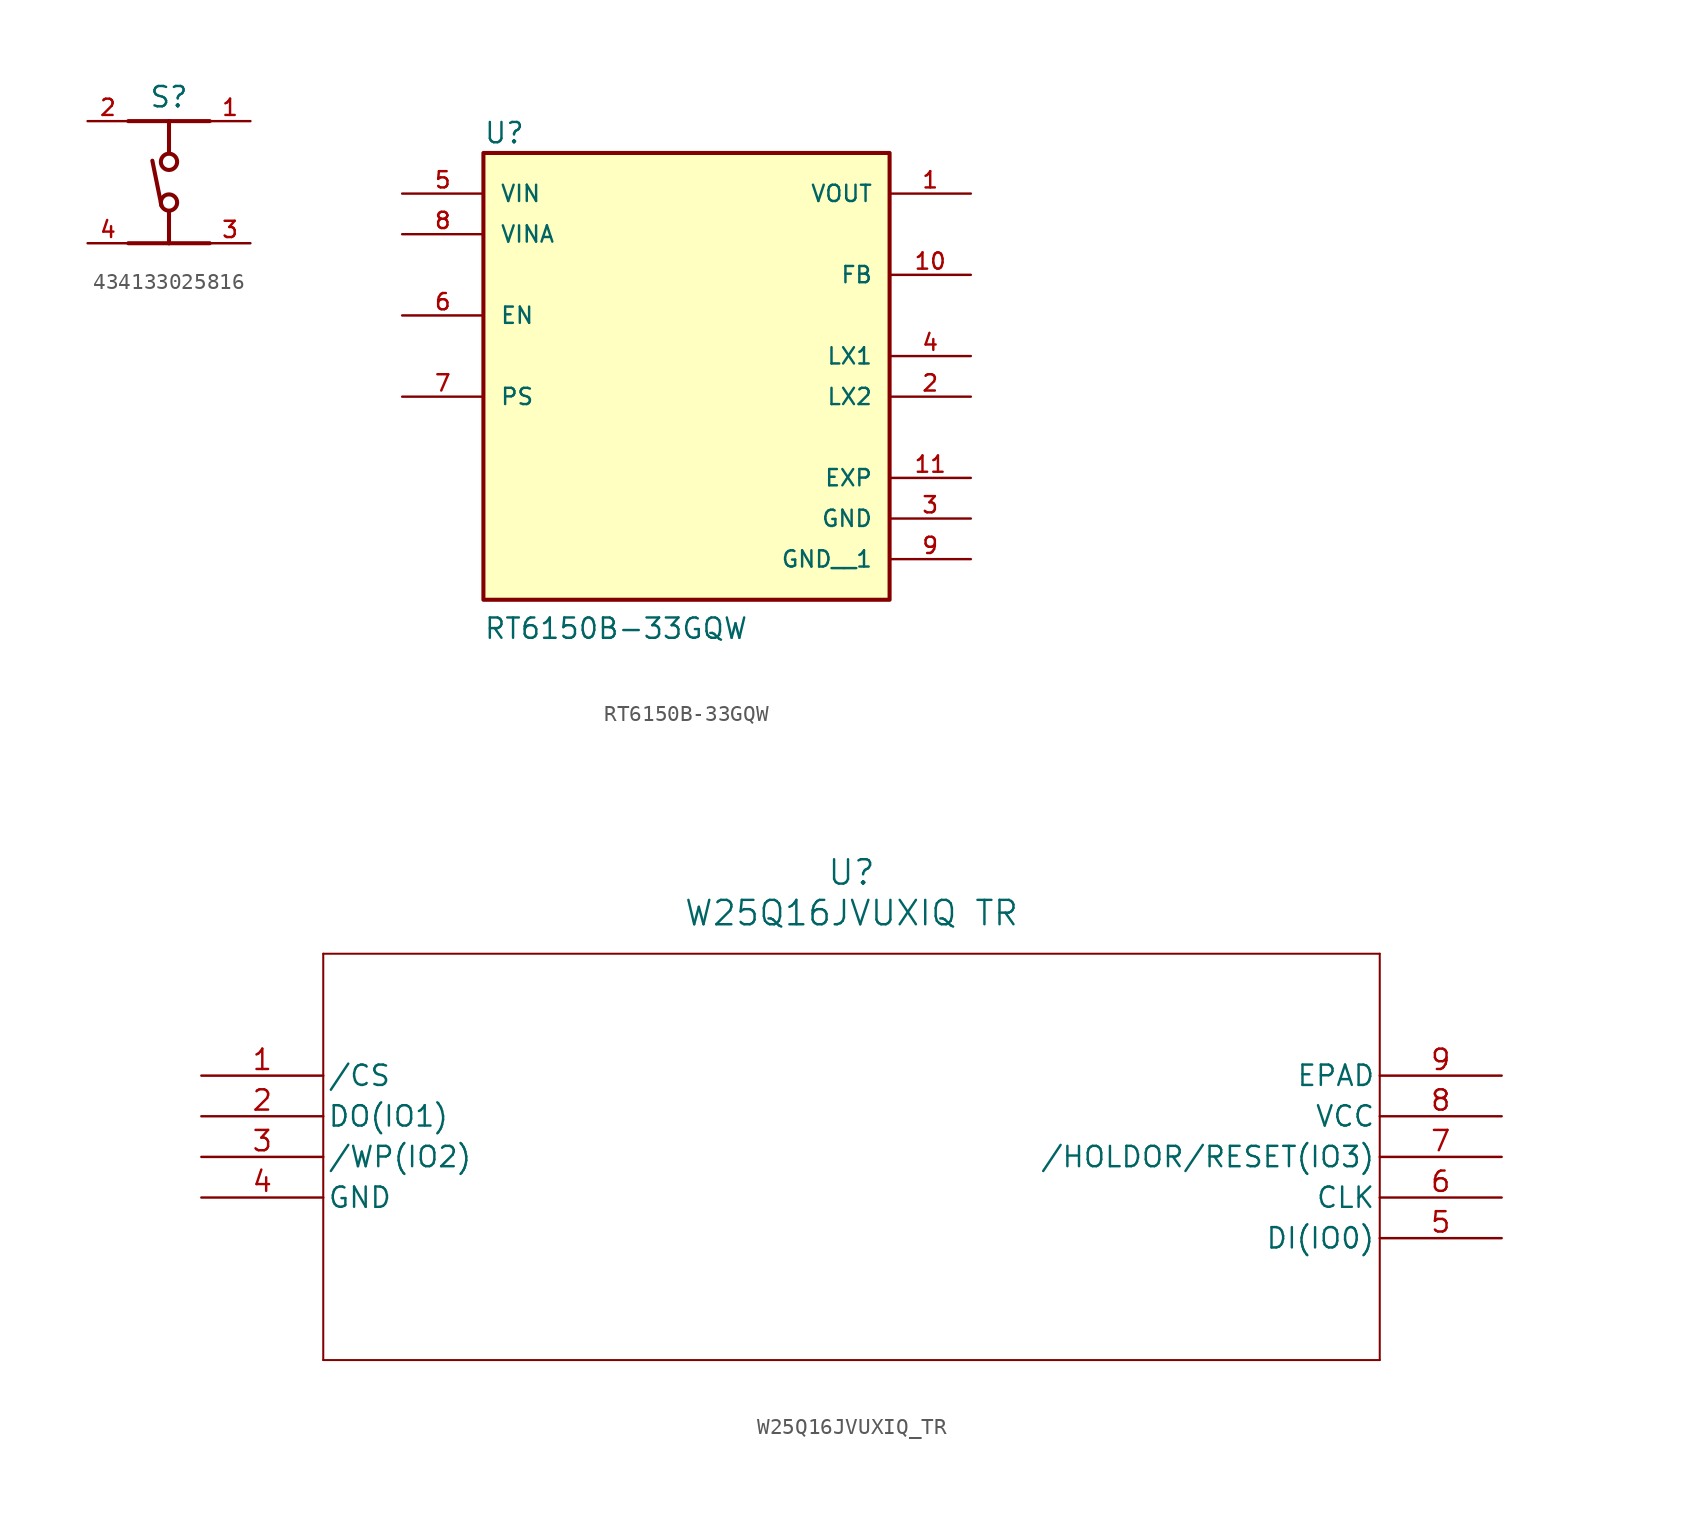
<source format=kicad_sym>
(kicad_symbol_lib
  (version 20231120)
  (generator "kicad_symbol_editor")
  (generator_version "8.0")
  (symbol "434133025816"
    (pin_names
      (offset 1.016))
    (property "Reference" "S"
      (at 0 5.842 0)
      (effects (font (size 1.27 1.27)) (justify bottom)))
    (symbol "434133025816_0_0"
      (polyline (pts (xy -2.54 -2.54) (xy 0 -2.54)) (stroke (width 0.254) (type default)) (fill (type none)))
      (polyline (pts (xy -2.54 5.08) (xy 0 5.08)) (stroke (width 0.254) (type default)) (fill (type none)))
      (polyline (pts (xy -0.47 -0.2) (xy -1.04 2.61)) (stroke (width 0.254) (type default)) (fill (type none)))
      (polyline (pts (xy 0 -2.54) (xy 2.54 -2.54)) (stroke (width 0.254) (type default)) (fill (type none)))
      (polyline (pts (xy 0 -0.535) (xy 0 -2.54)) (stroke (width 0.254) (type default)) (fill (type none)))
      (polyline (pts (xy 0 3.075) (xy 0 5.08)) (stroke (width 0.254) (type default)) (fill (type none)))
      (polyline (pts (xy 0 5.08) (xy 2.54 5.08)) (stroke (width 0.254) (type default)) (fill (type none)))
      (circle (center 0 0) (radius 0.508) (stroke (width 0.254) (type default)) (fill (type none)))
      (circle (center 0 2.54) (radius 0.508) (stroke (width 0.254) (type default)) (fill (type none))))
    (symbol "434133025816_1_0"
      (pin passive line (at 5.08 5.08 180) (length 2.54) (name "~" (effects (font (size 1.016 1.016)))) (number "1" (effects (font (size 1.016 1.016)))))
      (pin passive line (at -5.08 5.08 0) (length 2.54) (name "~" (effects (font (size 1.016 1.016)))) (number "2" (effects (font (size 1.016 1.016)))))
      (pin passive line (at 5.08 -2.54 180) (length 2.54) (name "~" (effects (font (size 1.016 1.016)))) (number "3" (effects (font (size 1.016 1.016)))))
      (pin passive line (at -5.08 -2.54 0) (length 2.54) (name "~" (effects (font (size 1.016 1.016)))) (number "4" (effects (font (size 1.016 1.016)))))))
  (symbol "RT6150B-33GQW"
    (pin_names
      (offset 1.016))
    (property "Reference" "U"
      (at -12.7 13.208 0)
      (effects (font (size 1.27 1.27)) (justify left bottom)))
    (property "Value" "RT6150B-33GQW"
      (at -12.7 -17.78 0)
      (effects (font (size 1.27 1.27)) (justify left bottom)))
    (symbol "RT6150B-33GQW_0_0"
      (rectangle (start -12.7 -15.24) (end 12.7 12.7) (stroke (width 0.254) (type default)) (fill (type background)))
      (pin output line (at 17.78 10.16 180) (length 5.08) (name "VOUT" (effects (font (size 1.016 1.016)))) (number "1" (effects (font (size 1.016 1.016)))))
      (pin input line (at 17.78 5.08 180) (length 5.08) (name "FB" (effects (font (size 1.016 1.016)))) (number "10" (effects (font (size 1.016 1.016)))))
      (pin power_in line (at 17.78 -7.62 180) (length 5.08) (name "EXP" (effects (font (size 1.016 1.016)))) (number "11" (effects (font (size 1.016 1.016)))))
      (pin passive line (at 17.78 -2.54 180) (length 5.08) (name "LX2" (effects (font (size 1.016 1.016)))) (number "2" (effects (font (size 1.016 1.016)))))
      (pin power_in line (at 17.78 -10.16 180) (length 5.08) (name "GND" (effects (font (size 1.016 1.016)))) (number "3" (effects (font (size 1.016 1.016)))))
      (pin passive line (at 17.78 0 180) (length 5.08) (name "LX1" (effects (font (size 1.016 1.016)))) (number "4" (effects (font (size 1.016 1.016)))))
      (pin input line (at -17.78 10.16 0) (length 5.08) (name "VIN" (effects (font (size 1.016 1.016)))) (number "5" (effects (font (size 1.016 1.016)))))
      (pin input line (at -17.78 2.54 0) (length 5.08) (name "EN" (effects (font (size 1.016 1.016)))) (number "6" (effects (font (size 1.016 1.016)))))
      (pin input line (at -17.78 -2.54 0) (length 5.08) (name "PS" (effects (font (size 1.016 1.016)))) (number "7" (effects (font (size 1.016 1.016)))))
      (pin input line (at -17.78 7.62 0) (length 5.08) (name "VINA" (effects (font (size 1.016 1.016)))) (number "8" (effects (font (size 1.016 1.016)))))
      (pin power_in line (at 17.78 -12.7 180) (length 5.08) (name "GND__1" (effects (font (size 1.016 1.016)))) (number "9" (effects (font (size 1.016 1.016)))))))
  (symbol "W25Q16JVUXIQ_TR"
    (pin_names
      (offset 0.254))
    (property "Reference" "U"
      (at 40.64 12.7 0)
      (effects (font (size 1.524 1.524))))
    (property "Value" "W25Q16JVUXIQ TR"
      (at 40.64 10.16 0)
      (effects (font (size 1.524 1.524))))
    (property "ki_locked" ""
      (at 0 0 0)
      (effects (font (size 1.27 1.27))))
    (symbol "W25Q16JVUXIQ_TR_0_1"
      (polyline (pts (xy 7.62 -17.78) (xy 73.66 -17.78)) (stroke (width 0.127) (type default)) (fill (type none)))
      (polyline (pts (xy 7.62 7.62) (xy 7.62 -17.78)) (stroke (width 0.127) (type default)) (fill (type none)))
      (polyline (pts (xy 73.66 -17.78) (xy 73.66 7.62)) (stroke (width 0.127) (type default)) (fill (type none)))
      (polyline (pts (xy 73.66 7.62) (xy 7.62 7.62)) (stroke (width 0.127) (type default)) (fill (type none)))
      (pin unspecified line (at 0 0 0) (length 7.62) (name "/CS" (effects (font (size 1.27 1.27)))) (number "1" (effects (font (size 1.27 1.27)))))
      (pin unspecified line (at 0 -2.54 0) (length 7.62) (name "DO(IO1)" (effects (font (size 1.27 1.27)))) (number "2" (effects (font (size 1.27 1.27)))))
      (pin unspecified line (at 0 -5.08 0) (length 7.62) (name "/WP(IO2)" (effects (font (size 1.27 1.27)))) (number "3" (effects (font (size 1.27 1.27)))))
      (pin unspecified line (at 0 -7.62 0) (length 7.62) (name "GND" (effects (font (size 1.27 1.27)))) (number "4" (effects (font (size 1.27 1.27)))))
      (pin unspecified line (at 81.28 -10.16 180) (length 7.62) (name "DI(IO0)" (effects (font (size 1.27 1.27)))) (number "5" (effects (font (size 1.27 1.27)))))
      (pin unspecified line (at 81.28 -7.62 180) (length 7.62) (name "CLK" (effects (font (size 1.27 1.27)))) (number "6" (effects (font (size 1.27 1.27)))))
      (pin unspecified line (at 81.28 -5.08 180) (length 7.62) (name "/HOLDOR/RESET(IO3)" (effects (font (size 1.27 1.27)))) (number "7" (effects (font (size 1.27 1.27)))))
      (pin unspecified line (at 81.28 -2.54 180) (length 7.62) (name "VCC" (effects (font (size 1.27 1.27)))) (number "8" (effects (font (size 1.27 1.27)))))
      (pin unspecified line (at 81.28 0 180) (length 7.62) (name "EPAD" (effects (font (size 1.27 1.27)))) (number "9" (effects (font (size 1.27 1.27))))))))
</source>
